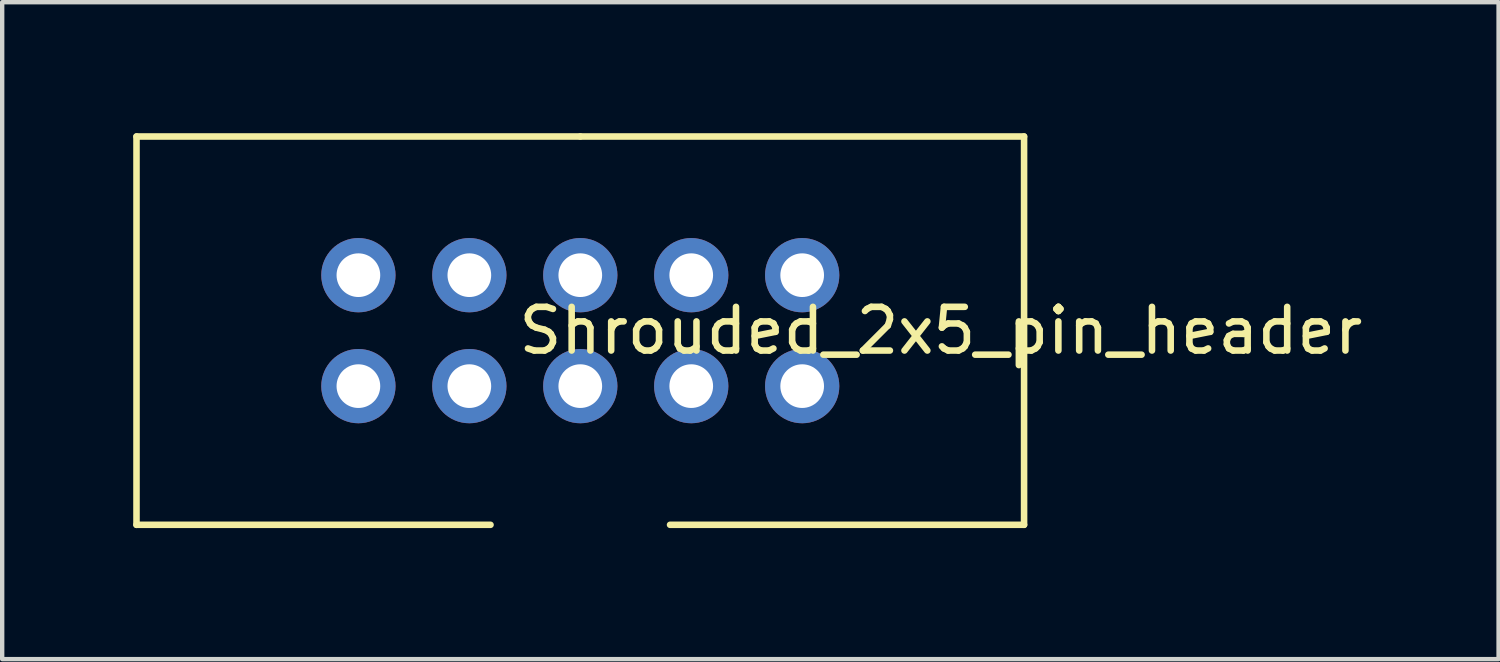
<source format=kicad_pcb>
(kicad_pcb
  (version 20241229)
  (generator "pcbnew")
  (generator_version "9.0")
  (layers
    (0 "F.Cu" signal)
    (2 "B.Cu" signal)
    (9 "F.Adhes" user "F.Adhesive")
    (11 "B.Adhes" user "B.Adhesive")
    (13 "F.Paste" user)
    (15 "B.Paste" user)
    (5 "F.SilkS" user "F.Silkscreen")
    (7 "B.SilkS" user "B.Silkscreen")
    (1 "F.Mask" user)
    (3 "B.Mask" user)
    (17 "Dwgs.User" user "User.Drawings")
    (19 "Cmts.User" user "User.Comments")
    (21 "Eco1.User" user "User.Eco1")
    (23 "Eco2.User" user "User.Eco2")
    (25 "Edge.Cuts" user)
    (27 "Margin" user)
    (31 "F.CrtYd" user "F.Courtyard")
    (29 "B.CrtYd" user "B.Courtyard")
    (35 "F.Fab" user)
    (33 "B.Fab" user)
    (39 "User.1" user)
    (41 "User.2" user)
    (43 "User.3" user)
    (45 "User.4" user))
  (footprint "Shrouded_2x5_pin_header"
    (layer "F.Cu")
    (at 10.235 4.52)
    (property "Reference" "Shrouded_2x5_pin_header" (at 8.255 0 180) (layer "F.SilkS") (effects (font (size 1 1) (thickness 0.15))))
    (attr through_hole)
    (fp_line (start -10.16 4.445) (end -10.16 -4.445) (stroke (width 0.15) (type solid)) (layer "F.SilkS"))
    (fp_line (start -2.055 4.445) (end -10.16 4.445) (stroke (width 0.15) (type solid)) (layer "F.SilkS"))
    (fp_line (start 0 -4.445) (end -10.16 -4.445) (stroke (width 0.15) (type solid)) (layer "F.SilkS"))
    (fp_line (start 0 -4.445) (end 10.16 -4.445) (stroke (width 0.15) (type solid)) (layer "F.SilkS"))
    (fp_line (start 10.16 -4.445) (end 10.16 4.445) (stroke (width 0.15) (type solid)) (layer "F.SilkS"))
    (fp_line (start 10.16 4.445) (end 2.055 4.445) (stroke (width 0.15) (type solid)) (layer "F.SilkS"))
    (pad "1" thru_hole circle (at -5.08 1.27) (size 1.7 1.7) (drill 1) (layers "*.Cu" "*.Mask"))
    (pad "2" thru_hole circle (at -5.08 -1.27) (size 1.7 1.7) (drill 1) (layers "*.Cu" "*.Mask"))
    (pad "3" thru_hole circle (at -2.54 1.27) (size 1.7 1.7) (drill 1) (layers "*.Cu" "*.Mask"))
    (pad "4" thru_hole circle (at -2.54 -1.27) (size 1.7 1.7) (drill 1) (layers "*.Cu" "*.Mask"))
    (pad "5" thru_hole circle (at 0 1.27) (size 1.7 1.7) (drill 1) (layers "*.Cu" "*.Mask"))
    (pad "6" thru_hole circle (at 0 -1.27) (size 1.7 1.7) (drill 1) (layers "*.Cu" "*.Mask"))
    (pad "7" thru_hole circle (at 2.54 1.27) (size 1.7 1.7) (drill 1) (layers "*.Cu" "*.Mask"))
    (pad "8" thru_hole circle (at 2.54 -1.27) (size 1.7 1.7) (drill 1) (layers "*.Cu" "*.Mask"))
    (pad "9" thru_hole circle (at 5.08 1.27) (size 1.7 1.7) (drill 1) (layers "*.Cu" "*.Mask"))
    (pad "10" thru_hole circle (at 5.08 -1.27) (size 1.7 1.7) (drill 1) (layers "*.Cu" "*.Mask")))
  (gr_rect
    (start -3 -3)
    (end 31.258 12.04)
    (stroke (width 0.1) (type default))
    (fill no)
    (layer "Edge.Cuts")))
</source>
